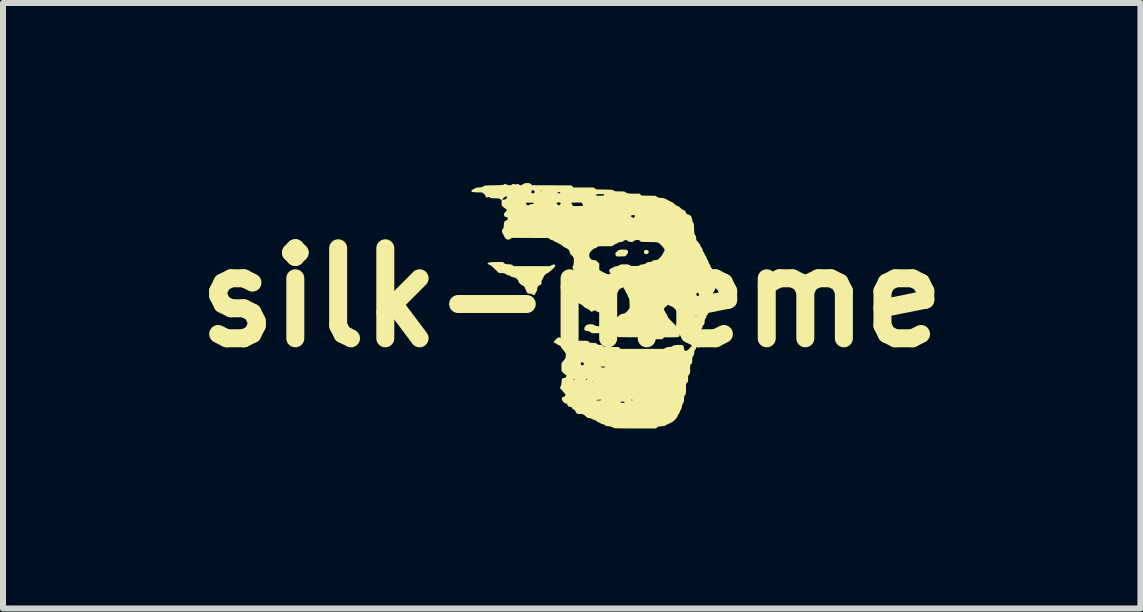
<source format=kicad_pcb>
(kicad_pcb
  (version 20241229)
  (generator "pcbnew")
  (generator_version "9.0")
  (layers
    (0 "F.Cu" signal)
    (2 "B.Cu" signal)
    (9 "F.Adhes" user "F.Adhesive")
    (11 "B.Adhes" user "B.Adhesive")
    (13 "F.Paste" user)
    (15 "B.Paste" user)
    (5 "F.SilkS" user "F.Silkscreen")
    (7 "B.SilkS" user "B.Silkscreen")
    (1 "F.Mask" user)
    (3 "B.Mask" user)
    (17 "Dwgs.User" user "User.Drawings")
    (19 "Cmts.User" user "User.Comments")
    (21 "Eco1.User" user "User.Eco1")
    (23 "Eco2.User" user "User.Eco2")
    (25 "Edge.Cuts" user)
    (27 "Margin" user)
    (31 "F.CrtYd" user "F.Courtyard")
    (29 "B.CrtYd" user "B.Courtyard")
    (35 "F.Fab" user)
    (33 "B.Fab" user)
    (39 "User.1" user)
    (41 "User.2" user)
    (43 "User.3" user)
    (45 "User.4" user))
  (footprint "silk-meme"
    (layer "F.Cu")
    (at 6.479 1.91)
    (property "Reference" "silk-meme" (at 0 0 0) (layer "F.SilkS") (effects (font (size 1.5 1.5) (thickness 0.3))))
    (attr board_only exclude_from_pos_files exclude_from_bom)
    (fp_poly (pts (xy 1.265 -0.791) (xy 1.278 -0.782) (xy 1.283 -0.766) (xy 1.283 -0.763) (xy 1.278 -0.744) (xy 1.266 -0.73) (xy 1.249 -0.723) (xy 1.23 -0.725) (xy 1.218 -0.731) (xy 1.206 -0.746) (xy 1.203 -0.763) (xy 1.206 -0.78) (xy 1.218 -0.79) (xy 1.239 -0.794) (xy 1.243 -0.794)) (stroke (width 0) (type solid)) (fill yes) (layer "F.SilkS"))
    (fp_poly (pts (xy 0.889 -0.799) (xy 0.912 -0.797) (xy 0.926 -0.791) (xy 0.934 -0.782) (xy 0.938 -0.769) (xy 0.938 -0.758) (xy 0.936 -0.743) (xy 0.928 -0.729) (xy 0.915 -0.713) (xy 0.891 -0.688) (xy 0.821 -0.686) (xy 0.79 -0.685) (xy 0.769 -0.685) (xy 0.755 -0.687) (xy 0.746 -0.689) (xy 0.74 -0.693) (xy 0.74 -0.693) (xy 0.728 -0.712) (xy 0.727 -0.732) (xy 0.736 -0.753) (xy 0.757 -0.773) (xy 0.768 -0.781) (xy 0.78 -0.789) (xy 0.791 -0.795) (xy 0.803 -0.798) (xy 0.819 -0.799) (xy 0.842 -0.8) (xy 0.857 -0.8)) (stroke (width 0) (type solid)) (fill yes) (layer "F.SilkS"))
    (fp_poly (pts (xy -1.126 -0.575) (xy -1.114 -0.566) (xy -1.104 -0.56) (xy -1.09 -0.558) (xy -1.07 -0.556) (xy -1.056 -0.556) (xy -1.031 -0.555) (xy -1.014 -0.553) (xy -1.001 -0.548) (xy -0.988 -0.541) (xy -0.986 -0.539) (xy -0.963 -0.524) (xy -0.666 -0.524) (xy -0.368 -0.524) (xy -0.34 -0.538) (xy -0.32 -0.546) (xy -0.302 -0.551) (xy -0.294 -0.552) (xy -0.282 -0.551) (xy -0.277 -0.545) (xy -0.276 -0.534) (xy -0.277 -0.525) (xy -0.282 -0.516) (xy -0.291 -0.504) (xy -0.305 -0.488) (xy -0.327 -0.467) (xy -0.329 -0.465) (xy -0.36 -0.437) (xy -0.383 -0.419) (xy -0.401 -0.409) (xy -0.403 -0.409) (xy -0.422 -0.399) (xy -0.442 -0.383) (xy -0.459 -0.364) (xy -0.469 -0.345) (xy -0.47 -0.342) (xy -0.476 -0.326) (xy -0.486 -0.309) (xy -0.488 -0.306) (xy -0.498 -0.289) (xy -0.503 -0.269) (xy -0.504 -0.255) (xy -0.505 -0.233) (xy -0.511 -0.219) (xy -0.524 -0.21) (xy -0.54 -0.204) (xy -0.558 -0.194) (xy -0.569 -0.175) (xy -0.575 -0.148) (xy -0.575 -0.138) (xy -0.579 -0.118) (xy -0.587 -0.104) (xy -0.596 -0.09) (xy -0.605 -0.072) (xy -0.608 -0.066) (xy -0.616 -0.049) (xy -0.625 -0.041) (xy -0.639 -0.044) (xy -0.655 -0.053) (xy -0.681 -0.064) (xy -0.703 -0.066) (xy -0.722 -0.068) (xy -0.735 -0.074) (xy -0.742 -0.081) (xy -0.75 -0.093) (xy -0.754 -0.104) (xy -0.757 -0.114) (xy -0.765 -0.128) (xy -0.768 -0.134) (xy -0.777 -0.148) (xy -0.782 -0.158) (xy -0.783 -0.161) (xy -0.788 -0.179) (xy -0.803 -0.195) (xy -0.82 -0.203) (xy -0.837 -0.212) (xy -0.854 -0.224) (xy -0.87 -0.239) (xy -0.882 -0.253) (xy -0.886 -0.264) (xy -0.892 -0.283) (xy -0.906 -0.303) (xy -0.926 -0.321) (xy -0.949 -0.334) (xy -0.972 -0.339) (xy -0.976 -0.34) (xy -0.996 -0.342) (xy -1.013 -0.351) (xy -1.021 -0.357) (xy -1.041 -0.37) (xy -1.06 -0.374) (xy -1.076 -0.377) (xy -1.088 -0.383) (xy -1.088 -0.383) (xy -1.105 -0.397) (xy -1.128 -0.405) (xy -1.16 -0.408) (xy -1.17 -0.409) (xy -1.213 -0.409) (xy -1.28 -0.474) (xy -1.305 -0.498) (xy -1.327 -0.518) (xy -1.346 -0.533) (xy -1.359 -0.542) (xy -1.363 -0.544) (xy -1.379 -0.55) (xy -1.394 -0.558) (xy -1.403 -0.566) (xy -1.404 -0.57) (xy -1.399 -0.575) (xy -1.387 -0.582) (xy -1.383 -0.584) (xy -1.372 -0.587) (xy -1.357 -0.59) (xy -1.336 -0.591) (xy -1.307 -0.592) (xy -1.268 -0.593) (xy -1.255 -0.593) (xy -1.148 -0.593)) (stroke (width 0) (type solid)) (fill yes) (layer "F.SilkS"))
    (fp_poly (pts (xy -0.709 -1.907) (xy -0.691 -1.9) (xy -0.677 -1.888) (xy -0.661 -1.873) (xy -0.332 -1.872) (xy -0.003 -1.87) (xy 0.012 -1.853) (xy 0.026 -1.836) (xy 0.197 -1.836) (xy 0.367 -1.836) (xy 0.386 -1.82) (xy 0.405 -1.804) (xy 0.544 -1.801) (xy 0.588 -1.8) (xy 0.622 -1.799) (xy 0.647 -1.798) (xy 0.665 -1.797) (xy 0.677 -1.795) (xy 0.686 -1.793) (xy 0.692 -1.79) (xy 0.697 -1.786) (xy 0.698 -1.785) (xy 0.704 -1.78) (xy 0.711 -1.776) (xy 0.721 -1.773) (xy 0.736 -1.772) (xy 0.757 -1.771) (xy 0.788 -1.77) (xy 0.798 -1.77) (xy 0.831 -1.77) (xy 0.855 -1.769) (xy 0.871 -1.768) (xy 0.882 -1.766) (xy 0.89 -1.762) (xy 0.897 -1.757) (xy 0.9 -1.755) (xy 0.91 -1.747) (xy 0.921 -1.742) (xy 0.936 -1.738) (xy 0.957 -1.735) (xy 0.984 -1.733) (xy 1.02 -1.733) (xy 1.046 -1.732) (xy 1.134 -1.732) (xy 1.149 -1.716) (xy 1.163 -1.7) (xy 1.279 -1.699) (xy 1.395 -1.697) (xy 1.418 -1.681) (xy 1.432 -1.672) (xy 1.447 -1.667) (xy 1.466 -1.664) (xy 1.49 -1.661) (xy 1.518 -1.659) (xy 1.539 -1.654) (xy 1.56 -1.647) (xy 1.583 -1.635) (xy 1.605 -1.624) (xy 1.625 -1.613) (xy 1.639 -1.605) (xy 1.641 -1.603) (xy 1.654 -1.596) (xy 1.664 -1.594) (xy 1.673 -1.59) (xy 1.687 -1.581) (xy 1.705 -1.567) (xy 1.713 -1.559) (xy 1.736 -1.54) (xy 1.754 -1.529) (xy 1.767 -1.525) (xy 1.768 -1.525) (xy 1.781 -1.521) (xy 1.797 -1.509) (xy 1.808 -1.499) (xy 1.827 -1.481) (xy 1.85 -1.465) (xy 1.863 -1.458) (xy 1.88 -1.449) (xy 1.893 -1.44) (xy 1.897 -1.434) (xy 1.904 -1.413) (xy 1.911 -1.4) (xy 1.92 -1.392) (xy 1.935 -1.386) (xy 1.942 -1.384) (xy 1.961 -1.377) (xy 1.976 -1.369) (xy 1.982 -1.364) (xy 1.994 -1.346) (xy 2.003 -1.321) (xy 2.008 -1.296) (xy 2.008 -1.29) (xy 2.013 -1.269) (xy 2.022 -1.252) (xy 2.028 -1.244) (xy 2.032 -1.235) (xy 2.035 -1.224) (xy 2.036 -1.208) (xy 2.038 -1.185) (xy 2.039 -1.152) (xy 2.039 -1.148) (xy 2.04 -1.115) (xy 2.042 -1.091) (xy 2.044 -1.074) (xy 2.046 -1.062) (xy 2.05 -1.052) (xy 2.056 -1.043) (xy 2.057 -1.042) (xy 2.065 -1.029) (xy 2.07 -1.015) (xy 2.073 -0.996) (xy 2.076 -0.97) (xy 2.077 -0.962) (xy 2.081 -0.954) (xy 2.091 -0.941) (xy 2.105 -0.926) (xy 2.106 -0.924) (xy 2.122 -0.905) (xy 2.136 -0.885) (xy 2.143 -0.869) (xy 2.152 -0.849) (xy 2.164 -0.831) (xy 2.166 -0.828) (xy 2.176 -0.812) (xy 2.181 -0.797) (xy 2.181 -0.795) (xy 2.185 -0.779) (xy 2.192 -0.767) (xy 2.201 -0.754) (xy 2.21 -0.736) (xy 2.216 -0.722) (xy 2.223 -0.705) (xy 2.229 -0.694) (xy 2.232 -0.691) (xy 2.238 -0.686) (xy 2.244 -0.674) (xy 2.249 -0.66) (xy 2.25 -0.651) (xy 2.254 -0.64) (xy 2.264 -0.628) (xy 2.264 -0.627) (xy 2.276 -0.609) (xy 2.279 -0.596) (xy 2.284 -0.577) (xy 2.296 -0.558) (xy 2.307 -0.543) (xy 2.313 -0.528) (xy 2.313 -0.524) (xy 2.317 -0.51) (xy 2.328 -0.494) (xy 2.332 -0.491) (xy 2.341 -0.481) (xy 2.346 -0.472) (xy 2.349 -0.46) (xy 2.349 -0.443) (xy 2.349 -0.427) (xy 2.348 -0.404) (xy 2.35 -0.388) (xy 2.354 -0.375) (xy 2.362 -0.36) (xy 2.368 -0.351) (xy 2.388 -0.32) (xy 2.388 -0.225) (xy 2.388 -0.129) (xy 2.371 -0.104) (xy 2.361 -0.088) (xy 2.356 -0.073) (xy 2.353 -0.055) (xy 2.353 -0.038) (xy 2.353 -0.014) (xy 2.353 0.008) (xy 2.353 0.023) (xy 2.35 0.045) (xy 2.338 0.066) (xy 2.324 0.097) (xy 2.319 0.123) (xy 2.309 0.159) (xy 2.298 0.179) (xy 2.285 0.206) (xy 2.278 0.237) (xy 2.274 0.262) (xy 2.267 0.277) (xy 2.263 0.282) (xy 2.254 0.293) (xy 2.247 0.31) (xy 2.247 0.311) (xy 2.24 0.329) (xy 2.23 0.347) (xy 2.229 0.349) (xy 2.22 0.365) (xy 2.216 0.385) (xy 2.215 0.396) (xy 2.213 0.423) (xy 2.206 0.444) (xy 2.196 0.459) (xy 2.19 0.462) (xy 2.183 0.47) (xy 2.181 0.483) (xy 2.176 0.502) (xy 2.164 0.519) (xy 2.153 0.535) (xy 2.147 0.553) (xy 2.145 0.571) (xy 2.141 0.595) (xy 2.133 0.613) (xy 2.127 0.621) (xy 2.118 0.635) (xy 2.113 0.65) (xy 2.112 0.671) (xy 2.112 0.672) (xy 2.11 0.694) (xy 2.106 0.71) (xy 2.095 0.726) (xy 2.094 0.728) (xy 2.085 0.741) (xy 2.08 0.753) (xy 2.078 0.768) (xy 2.077 0.791) (xy 2.077 0.793) (xy 2.074 0.83) (xy 2.066 0.858) (xy 2.052 0.877) (xy 2.051 0.878) (xy 2.047 0.886) (xy 2.043 0.902) (xy 2.042 0.918) (xy 2.038 0.943) (xy 2.032 0.961) (xy 2.024 0.973) (xy 2.016 0.985) (xy 2.011 0.996) (xy 2.009 1.01) (xy 2.008 1.031) (xy 2.008 1.042) (xy 2.008 1.066) (xy 2.007 1.082) (xy 2.004 1.093) (xy 1.998 1.101) (xy 1.991 1.108) (xy 1.974 1.124) (xy 1.974 1.193) (xy 1.974 1.222) (xy 1.973 1.242) (xy 1.971 1.256) (xy 1.968 1.265) (xy 1.963 1.273) (xy 1.957 1.281) (xy 1.948 1.291) (xy 1.943 1.301) (xy 1.94 1.313) (xy 1.939 1.33) (xy 1.939 1.352) (xy 1.939 1.377) (xy 1.938 1.393) (xy 1.935 1.404) (xy 1.93 1.412) (xy 1.922 1.42) (xy 1.905 1.436) (xy 1.904 1.521) (xy 1.904 1.554) (xy 1.903 1.577) (xy 1.902 1.594) (xy 1.9 1.605) (xy 1.897 1.613) (xy 1.892 1.62) (xy 1.889 1.623) (xy 1.881 1.634) (xy 1.876 1.645) (xy 1.874 1.661) (xy 1.872 1.684) (xy 1.871 1.691) (xy 1.87 1.718) (xy 1.867 1.736) (xy 1.861 1.75) (xy 1.855 1.762) (xy 1.842 1.788) (xy 1.836 1.818) (xy 1.83 1.846) (xy 1.821 1.865) (xy 1.82 1.866) (xy 1.81 1.881) (xy 1.803 1.899) (xy 1.797 1.917) (xy 1.786 1.935) (xy 1.783 1.938) (xy 1.773 1.952) (xy 1.767 1.964) (xy 1.767 1.967) (xy 1.762 1.982) (xy 1.751 2.001) (xy 1.734 2.023) (xy 1.713 2.044) (xy 1.692 2.062) (xy 1.672 2.076) (xy 1.661 2.081) (xy 1.644 2.088) (xy 1.631 2.095) (xy 1.629 2.097) (xy 1.617 2.104) (xy 1.601 2.111) (xy 1.599 2.111) (xy 1.58 2.119) (xy 1.563 2.13) (xy 1.562 2.13) (xy 1.552 2.136) (xy 1.538 2.141) (xy 1.517 2.143) (xy 1.494 2.145) (xy 1.468 2.147) (xy 1.451 2.149) (xy 1.439 2.153) (xy 1.429 2.159) (xy 1.423 2.164) (xy 1.404 2.181) (xy 1.06 2.181) (xy 0.987 2.181) (xy 0.924 2.181) (xy 0.871 2.18) (xy 0.827 2.18) (xy 0.791 2.179) (xy 0.763 2.179) (xy 0.741 2.178) (xy 0.724 2.177) (xy 0.713 2.176) (xy 0.706 2.174) (xy 0.702 2.173) (xy 0.676 2.159) (xy 0.654 2.151) (xy 0.631 2.146) (xy 0.61 2.144) (xy 0.587 2.142) (xy 0.572 2.139) (xy 0.562 2.134) (xy 0.555 2.127) (xy 0.539 2.115) (xy 0.517 2.109) (xy 0.499 2.105) (xy 0.484 2.098) (xy 0.481 2.095) (xy 0.468 2.086) (xy 0.452 2.081) (xy 0.451 2.08) (xy 0.432 2.073) (xy 0.416 2.06) (xy 0.4 2.047) (xy 0.386 2.043) (xy 0.373 2.04) (xy 0.355 2.032) (xy 0.345 2.026) (xy 0.323 2.014) (xy 0.302 2.009) (xy 0.292 2.008) (xy 0.275 2.007) (xy 0.262 2.003) (xy 0.249 1.993) (xy 0.24 1.985) (xy 0.218 1.964) (xy 0.199 1.951) (xy 0.181 1.943) (xy 0.159 1.94) (xy 0.137 1.939) (xy 0.111 1.939) (xy 0.094 1.935) (xy 0.081 1.927) (xy 0.071 1.913) (xy 0.062 1.895) (xy 0.052 1.878) (xy 0.04 1.868) (xy 0.032 1.866) (xy 0.016 1.857) (xy 0.004 1.84) (xy 0.004 1.84) (xy -0.004 1.826) (xy -0.011 1.821) (xy -0.023 1.821) (xy -0.024 1.821) (xy -0.043 1.821) (xy -0.059 1.813) (xy -0.068 1.8) (xy -0.069 1.793) (xy -0.072 1.779) (xy -0.083 1.77) (xy -0.102 1.764) (xy -0.12 1.756) (xy -0.138 1.741) (xy 0.814 1.741) (xy 0.817 1.747) (xy 0.827 1.752) (xy 0.842 1.754) (xy 0.859 1.754) (xy 0.873 1.751) (xy 0.882 1.746) (xy 0.883 1.744) (xy 0.879 1.738) (xy 0.867 1.734) (xy 0.855 1.733) (xy 0.831 1.733) (xy 0.818 1.735) (xy 0.814 1.741) (xy -0.138 1.741) (xy -0.138 1.74) (xy -0.154 1.721) (xy -0.16 1.709) (xy 0.409 1.709) (xy 0.414 1.712) (xy 0.43 1.714) (xy 0.452 1.714) (xy 0.473 1.712) (xy 0.488 1.71) (xy 0.493 1.707) (xy 0.992 1.707) (xy 0.993 1.709) (xy 1 1.714) (xy 1.009 1.714) (xy 1.013 1.709) (xy 1.008 1.701) (xy 0.999 1.699) (xy 0.995 1.7) (xy 0.992 1.707) (xy 0.493 1.707) (xy 0.495 1.707) (xy 0.495 1.706) (xy 0.491 1.701) (xy 0.489 1.701) (xy 0.481 1.701) (xy 0.464 1.702) (xy 0.446 1.702) (xy 0.426 1.704) (xy 0.413 1.706) (xy 0.409 1.709) (xy -0.16 1.709) (xy -0.164 1.701) (xy -0.167 1.688) (xy -0.162 1.67) (xy -0.149 1.657) (xy -0.132 1.652) (xy -0.132 1.652) (xy -0.119 1.647) (xy -0.109 1.634) (xy -0.105 1.62) (xy -0.106 1.616) (xy -0.111 1.606) (xy -0.123 1.591) (xy -0.139 1.572) (xy -0.153 1.557) (xy -0.172 1.536) (xy -0.185 1.521) (xy -0.191 1.511) (xy -0.193 1.503) (xy -0.193 1.496) (xy -0.187 1.482) (xy -0.182 1.473) (xy -0.178 1.464) (xy -0.174 1.446) (xy -0.171 1.422) (xy -0.17 1.41) (xy -0.169 1.398) (xy 0.345 1.398) (xy 0.35 1.404) (xy 0.351 1.404) (xy 0.357 1.4) (xy 0.357 1.398) (xy 0.352 1.393) (xy 0.351 1.393) (xy 0.345 1.397) (xy 0.345 1.398) (xy -0.169 1.398) (xy -0.168 1.386) (xy -0.166 1.367) (xy -0.166 1.364) (xy 0.026 1.364) (xy 0.028 1.368) (xy 0.037 1.37) (xy 0.048 1.368) (xy 0.052 1.364) (xy 0.049 1.361) (xy 0.236 1.361) (xy 0.241 1.368) (xy 0.247 1.37) (xy 0.257 1.366) (xy 0.259 1.361) (xy 0.254 1.354) (xy 0.247 1.352) (xy 0.238 1.356) (xy 0.236 1.361) (xy 0.049 1.361) (xy 0.047 1.359) (xy 0.041 1.358) (xy 0.03 1.361) (xy 0.026 1.364) (xy -0.166 1.364) (xy -0.165 1.355) (xy -0.164 1.352) (xy -0.158 1.349) (xy -0.143 1.345) (xy -0.13 1.341) (xy -0.111 1.336) (xy -0.1 1.33) (xy -0.093 1.32) (xy -0.092 1.317) (xy -0.089 1.301) (xy -0.094 1.289) (xy -0.105 1.283) (xy -0.106 1.283) (xy -0.114 1.279) (xy -0.127 1.268) (xy -0.142 1.254) (xy -0.156 1.239) (xy -0.166 1.225) (xy -0.17 1.217) (xy -0.172 1.205) (xy -0.172 1.186) (xy -0.172 1.161) (xy -0.172 1.156) (xy 0.484 1.156) (xy 0.491 1.16) (xy 0.502 1.163) (xy 0.518 1.165) (xy 0.536 1.164) (xy 0.551 1.162) (xy 0.558 1.159) (xy 0.558 1.154) (xy 0.547 1.151) (xy 0.527 1.149) (xy 0.518 1.149) (xy 0.498 1.149) (xy 0.486 1.152) (xy 0.484 1.156) (xy -0.172 1.156) (xy -0.172 1.146) (xy -0.17 1.096) (xy 0.151 1.096) (xy 0.152 1.114) (xy 0.156 1.123) (xy 0.164 1.127) (xy 0.177 1.127) (xy 0.191 1.125) (xy 0.198 1.119) (xy 0.2 1.107) (xy 0.2 1.106) (xy 0.2 1.092) (xy 0.193 1.084) (xy 0.188 1.081) (xy 0.17 1.077) (xy 0.157 1.083) (xy 0.151 1.096) (xy -0.17 1.096) (xy -0.17 1.089) (xy -0.137 1.052) (xy -0.121 1.033) (xy -0.111 1.02) (xy -0.106 1.007) (xy -0.102 0.991) (xy -0.1 0.974) (xy -0.099 0.952) (xy -0.099 0.938) (xy -0.102 0.927) (xy -0.109 0.916) (xy -0.113 0.911) (xy -0.127 0.893) (xy -0.142 0.875) (xy -0.145 0.871) (xy -0.158 0.855) (xy -0.171 0.835) (xy -0.174 0.829) (xy -0.186 0.811) (xy -0.199 0.8) (xy -0.21 0.796) (xy -0.229 0.787) (xy -0.246 0.776) (xy -0.248 0.774) (xy -0.261 0.764) (xy -0.273 0.76) (xy -0.274 0.76) (xy -0.288 0.755) (xy -0.298 0.745) (xy -0.299 0.738) (xy -0.295 0.731) (xy -0.285 0.718) (xy -0.27 0.702) (xy -0.265 0.696) (xy -0.243 0.676) (xy -0.225 0.665) (xy -0.21 0.662) (xy -0.195 0.667) (xy -0.185 0.673) (xy -0.175 0.678) (xy -0.16 0.682) (xy -0.138 0.685) (xy -0.107 0.687) (xy -0.107 0.687) (xy -0.078 0.688) (xy -0.057 0.691) (xy -0.043 0.694) (xy -0.033 0.699) (xy -0.026 0.703) (xy -0.02 0.707) (xy -0.014 0.711) (xy -0.005 0.713) (xy 0.007 0.715) (xy 0.024 0.716) (xy 0.048 0.717) (xy 0.08 0.717) (xy 0.121 0.718) (xy 0.127 0.718) (xy 0.262 0.72) (xy 0.283 0.737) (xy 0.294 0.745) (xy 0.305 0.75) (xy 0.318 0.753) (xy 0.338 0.754) (xy 0.353 0.754) (xy 0.377 0.754) (xy 0.393 0.756) (xy 0.403 0.759) (xy 0.412 0.764) (xy 0.416 0.769) (xy 0.427 0.778) (xy 0.438 0.784) (xy 0.454 0.787) (xy 0.477 0.788) (xy 0.478 0.788) (xy 0.499 0.79) (xy 0.516 0.799) (xy 0.524 0.806) (xy 0.543 0.823) (xy 0.662 0.823) (xy 0.781 0.823) (xy 0.797 0.839) (xy 0.813 0.855) (xy 1.173 0.855) (xy 1.534 0.855) (xy 1.554 0.842) (xy 1.586 0.828) (xy 1.624 0.822) (xy 1.638 0.822) (xy 1.661 0.819) (xy 1.682 0.808) (xy 1.684 0.807) (xy 1.694 0.8) (xy 1.704 0.796) (xy 1.717 0.793) (xy 1.734 0.791) (xy 1.759 0.79) (xy 1.775 0.789) (xy 1.809 0.789) (xy 1.833 0.79) (xy 1.85 0.795) (xy 1.86 0.803) (xy 1.865 0.816) (xy 1.868 0.835) (xy 1.869 0.84) (xy 1.874 0.864) (xy 1.884 0.881) (xy 1.898 0.889) (xy 1.911 0.889) (xy 1.92 0.883) (xy 1.935 0.871) (xy 1.953 0.856) (xy 1.96 0.848) (xy 1.998 0.812) (xy 1.996 0.709) (xy 1.995 0.672) (xy 1.994 0.645) (xy 1.993 0.625) (xy 1.991 0.611) (xy 1.988 0.601) (xy 1.984 0.594) (xy 1.982 0.59) (xy 1.972 0.572) (xy 1.963 0.552) (xy 1.962 0.55) (xy 1.955 0.532) (xy 1.946 0.517) (xy 1.945 0.515) (xy 1.937 0.502) (xy 1.929 0.484) (xy 1.928 0.48) (xy 1.919 0.461) (xy 1.908 0.443) (xy 1.907 0.441) (xy 1.898 0.427) (xy 1.893 0.415) (xy 1.893 0.414) (xy 1.89 0.405) (xy 1.88 0.39) (xy 1.866 0.373) (xy 1.861 0.367) (xy 1.846 0.348) (xy 1.833 0.33) (xy 1.826 0.317) (xy 1.826 0.314) (xy 1.819 0.301) (xy 1.804 0.281) (xy 1.802 0.279) (xy 2.044 0.279) (xy 2.049 0.291) (xy 2.049 0.291) (xy 2.059 0.297) (xy 2.072 0.298) (xy 2.083 0.295) (xy 2.087 0.29) (xy 2.085 0.281) (xy 2.076 0.271) (xy 2.065 0.263) (xy 2.055 0.26) (xy 2.046 0.267) (xy 2.044 0.279) (xy 1.802 0.279) (xy 1.78 0.253) (xy 1.761 0.233) (xy 1.733 0.204) (xy 1.712 0.182) (xy 1.695 0.166) (xy 1.682 0.156) (xy 1.672 0.149) (xy 1.663 0.145) (xy 1.653 0.142) (xy 1.651 0.142) (xy 1.635 0.137) (xy 1.623 0.13) (xy 1.623 0.129) (xy 1.616 0.123) (xy 1.61 0.121) (xy 1.602 0.123) (xy 1.589 0.132) (xy 1.572 0.147) (xy 1.555 0.162) (xy 1.544 0.175) (xy 1.537 0.187) (xy 1.536 0.19) (xy 1.54 0.203) (xy 1.549 0.223) (xy 1.562 0.248) (xy 1.578 0.273) (xy 1.588 0.288) (xy 1.593 0.3) (xy 1.594 0.304) (xy 1.596 0.313) (xy 1.602 0.325) (xy 1.613 0.341) (xy 1.631 0.361) (xy 1.655 0.386) (xy 1.685 0.417) (xy 1.714 0.446) (xy 1.735 0.468) (xy 1.75 0.485) (xy 1.759 0.498) (xy 1.764 0.508) (xy 1.764 0.511) (xy 1.771 0.528) (xy 1.782 0.545) (xy 1.785 0.549) (xy 1.794 0.559) (xy 1.798 0.569) (xy 1.8 0.582) (xy 1.8 0.602) (xy 1.8 0.607) (xy 1.799 0.624) (xy 1.797 0.637) (xy 1.793 0.646) (xy 1.784 0.653) (xy 1.771 0.658) (xy 1.751 0.66) (xy 1.723 0.661) (xy 1.686 0.662) (xy 1.655 0.662) (xy 1.54 0.662) (xy 1.523 0.678) (xy 1.507 0.693) (xy 1.332 0.695) (xy 1.157 0.697) (xy 1.139 0.679) (xy 1.125 0.668) (xy 1.112 0.662) (xy 1.108 0.662) (xy 1.1 0.662) (xy 1.081 0.661) (xy 1.054 0.661) (xy 1.02 0.661) (xy 0.981 0.661) (xy 0.939 0.66) (xy 0.933 0.66) (xy 0.77 0.659) (xy 0.758 0.643) (xy 0.752 0.637) (xy 0.745 0.632) (xy 0.736 0.629) (xy 0.722 0.627) (xy 0.7 0.626) (xy 0.674 0.625) (xy 0.643 0.623) (xy 0.622 0.621) (xy 0.608 0.619) (xy 0.598 0.615) (xy 0.589 0.61) (xy 0.586 0.607) (xy 0.58 0.602) (xy 0.574 0.599) (xy 0.566 0.596) (xy 0.554 0.594) (xy 0.537 0.593) (xy 0.514 0.593) (xy 0.482 0.593) (xy 0.452 0.593) (xy 0.336 0.593) (xy 0.313 0.576) (xy 0.291 0.564) (xy 0.264 0.557) (xy 0.257 0.556) (xy 0.232 0.553) (xy 0.217 0.546) (xy 0.21 0.535) (xy 0.209 0.518) (xy 0.21 0.511) (xy 0.215 0.492) (xy 0.223 0.479) (xy 0.238 0.465) (xy 0.252 0.455) (xy 0.265 0.449) (xy 0.281 0.446) (xy 0.303 0.444) (xy 0.327 0.443) (xy 0.344 0.445) (xy 0.36 0.45) (xy 0.379 0.46) (xy 0.393 0.466) (xy 0.404 0.471) (xy 0.415 0.474) (xy 0.43 0.476) (xy 0.449 0.477) (xy 0.475 0.478) (xy 0.505 0.478) (xy 0.54 0.477) (xy 0.566 0.477) (xy 0.584 0.476) (xy 0.596 0.473) (xy 0.605 0.47) (xy 0.61 0.467) (xy 0.618 0.46) (xy 0.633 0.446) (xy 0.654 0.427) (xy 0.678 0.404) (xy 0.704 0.378) (xy 0.711 0.372) (xy 0.744 0.339) (xy 0.771 0.314) (xy 0.793 0.296) (xy 0.81 0.283) (xy 0.825 0.275) (xy 0.838 0.271) (xy 0.849 0.27) (xy 0.864 0.268) (xy 0.881 0.261) (xy 0.885 0.259) (xy 0.902 0.248) (xy 0.921 0.231) (xy 0.939 0.21) (xy 0.954 0.191) (xy 0.962 0.174) (xy 0.963 0.173) (xy 0.964 0.162) (xy 0.965 0.142) (xy 0.964 0.116) (xy 0.964 0.106) (xy 1.836 0.106) (xy 1.841 0.12) (xy 1.856 0.129) (xy 1.882 0.135) (xy 1.89 0.135) (xy 1.909 0.138) (xy 1.923 0.142) (xy 1.926 0.143) (xy 1.941 0.148) (xy 1.955 0.149) (xy 1.965 0.144) (xy 1.965 0.143) (xy 1.965 0.134) (xy 1.956 0.124) (xy 1.941 0.114) (xy 1.928 0.109) (xy 1.909 0.1) (xy 1.89 0.089) (xy 1.889 0.088) (xy 1.87 0.077) (xy 1.855 0.076) (xy 1.843 0.086) (xy 1.842 0.089) (xy 1.836 0.106) (xy 0.964 0.106) (xy 0.963 0.087) (xy 0.963 0.086) (xy 0.961 0.056) (xy 0.96 0.034) (xy 0.957 0.019) (xy 0.953 0.009) (xy 0.948 0.001) (xy 0.946 -0.002) (xy 0.937 -0.016) (xy 0.932 -0.03) (xy 0.932 -0.031) (xy 0.929 -0.043) (xy 0.921 -0.06) (xy 0.919 -0.063) (xy 2.078 -0.063) (xy 2.08 -0.043) (xy 2.086 -0.028) (xy 2.096 -0.023) (xy 2.109 -0.029) (xy 2.113 -0.033) (xy 2.121 -0.043) (xy 2.123 -0.051) (xy 2.119 -0.064) (xy 2.107 -0.075) (xy 2.094 -0.081) (xy 2.094 -0.081) (xy 2.082 -0.076) (xy 2.078 -0.063) (xy 0.919 -0.063) (xy 0.914 -0.069) (xy 0.904 -0.086) (xy 0.896 -0.102) (xy 0.894 -0.109) (xy 0.888 -0.123) (xy 0.878 -0.138) (xy 0.877 -0.138) (xy 0.868 -0.15) (xy 0.864 -0.165) (xy 0.863 -0.184) (xy 0.862 -0.205) (xy 0.856 -0.221) (xy 0.846 -0.235) (xy 0.835 -0.252) (xy 0.827 -0.268) (xy 0.825 -0.272) (xy 0.815 -0.291) (xy 0.797 -0.302) (xy 0.776 -0.305) (xy 0.754 -0.309) (xy 0.738 -0.321) (xy 0.727 -0.342) (xy 0.723 -0.357) (xy 0.716 -0.388) (xy 0.691 -0.387) (xy 0.674 -0.387) (xy 0.662 -0.391) (xy 0.65 -0.402) (xy 0.647 -0.405) (xy 0.63 -0.428) (xy 0.624 -0.449) (xy 0.629 -0.467) (xy 0.644 -0.481) (xy 0.66 -0.488) (xy 0.677 -0.496) (xy 0.691 -0.505) (xy 0.693 -0.506) (xy 0.706 -0.513) (xy 0.724 -0.518) (xy 0.736 -0.52) (xy 0.766 -0.527) (xy 0.79 -0.538) (xy 0.801 -0.545) (xy 0.811 -0.549) (xy 0.824 -0.552) (xy 0.842 -0.553) (xy 0.868 -0.554) (xy 0.878 -0.554) (xy 0.907 -0.554) (xy 0.927 -0.553) (xy 0.942 -0.551) (xy 0.953 -0.547) (xy 0.964 -0.541) (xy 0.965 -0.541) (xy 0.976 -0.535) (xy 0.988 -0.531) (xy 1.003 -0.528) (xy 1.024 -0.527) (xy 1.05 -0.527) (xy 1.079 -0.527) (xy 1.099 -0.528) (xy 1.112 -0.53) (xy 1.122 -0.534) (xy 1.131 -0.539) (xy 1.154 -0.549) (xy 1.185 -0.555) (xy 1.209 -0.558) (xy 1.226 -0.565) (xy 1.242 -0.575) (xy 1.257 -0.586) (xy 1.272 -0.591) (xy 1.292 -0.593) (xy 1.294 -0.593) (xy 1.315 -0.594) (xy 1.329 -0.598) (xy 1.34 -0.607) (xy 1.341 -0.608) (xy 1.353 -0.617) (xy 1.368 -0.622) (xy 1.389 -0.625) (xy 1.395 -0.626) (xy 1.412 -0.627) (xy 1.425 -0.63) (xy 1.436 -0.635) (xy 1.448 -0.645) (xy 1.464 -0.661) (xy 1.471 -0.668) (xy 1.49 -0.688) (xy 1.505 -0.708) (xy 1.515 -0.723) (xy 1.517 -0.728) (xy 1.526 -0.747) (xy 1.536 -0.765) (xy 1.536 -0.765) (xy 1.545 -0.781) (xy 1.547 -0.796) (xy 1.541 -0.813) (xy 1.528 -0.833) (xy 1.506 -0.858) (xy 1.498 -0.866) (xy 1.481 -0.883) (xy 1.468 -0.897) (xy 1.455 -0.907) (xy 1.442 -0.914) (xy 1.426 -0.919) (xy 1.407 -0.922) (xy 1.381 -0.924) (xy 1.349 -0.925) (xy 1.307 -0.926) (xy 1.292 -0.926) (xy 1.154 -0.929) (xy 1.138 -0.945) (xy 1.126 -0.955) (xy 1.113 -0.96) (xy 1.093 -0.961) (xy 1.071 -0.959) (xy 1.053 -0.953) (xy 1.038 -0.943) (xy 1.021 -0.932) (xy 1.006 -0.928) (xy 0.989 -0.927) (xy 0.98 -0.928) (xy 0.958 -0.931) (xy 0.941 -0.939) (xy 0.933 -0.946) (xy 0.913 -0.958) (xy 0.893 -0.96) (xy 0.873 -0.95) (xy 0.868 -0.946) (xy 0.854 -0.935) (xy 0.836 -0.929) (xy 0.816 -0.926) (xy 0.793 -0.922) (xy 0.774 -0.915) (xy 0.766 -0.911) (xy 0.75 -0.901) (xy 0.736 -0.895) (xy 0.723 -0.889) (xy 0.706 -0.88) (xy 0.696 -0.874) (xy 0.669 -0.857) (xy 0.562 -0.857) (xy 0.52 -0.857) (xy 0.488 -0.856) (xy 0.464 -0.855) (xy 0.446 -0.852) (xy 0.433 -0.848) (xy 0.423 -0.842) (xy 0.415 -0.835) (xy 0.401 -0.826) (xy 0.389 -0.823) (xy 0.375 -0.819) (xy 0.357 -0.807) (xy 0.338 -0.791) (xy 0.319 -0.773) (xy 0.305 -0.754) (xy 0.299 -0.745) (xy 0.29 -0.714) (xy 0.292 -0.685) (xy 0.305 -0.658) (xy 0.312 -0.649) (xy 0.324 -0.638) (xy 0.336 -0.631) (xy 0.352 -0.627) (xy 0.368 -0.625) (xy 0.389 -0.623) (xy 0.403 -0.618) (xy 0.416 -0.61) (xy 0.43 -0.596) (xy 0.433 -0.594) (xy 0.459 -0.566) (xy 0.459 -0.502) (xy 0.459 -0.475) (xy 0.459 -0.456) (xy 0.461 -0.443) (xy 0.465 -0.433) (xy 0.471 -0.424) (xy 0.476 -0.417) (xy 0.494 -0.394) (xy 0.495 -0.292) (xy 0.496 -0.19) (xy 0.556 -0.129) (xy 0.587 -0.096) (xy 0.61 -0.069) (xy 0.625 -0.048) (xy 0.628 -0.042) (xy 0.637 -0.023) (xy 0.647 -0.006) (xy 0.65 -0.002) (xy 0.656 0.007) (xy 0.659 0.018) (xy 0.661 0.034) (xy 0.662 0.057) (xy 0.662 0.07) (xy 0.662 0.128) (xy 0.636 0.153) (xy 0.619 0.171) (xy 0.605 0.191) (xy 0.599 0.204) (xy 0.59 0.222) (xy 0.579 0.234) (xy 0.565 0.242) (xy 0.545 0.246) (xy 0.517 0.247) (xy 0.504 0.247) (xy 0.477 0.247) (xy 0.459 0.246) (xy 0.444 0.243) (xy 0.431 0.238) (xy 0.416 0.229) (xy 0.384 0.211) (xy 0.356 0.225) (xy 0.328 0.238) (xy 0.302 0.215) (xy 0.278 0.197) (xy 0.261 0.185) (xy 0.247 0.179) (xy 0.239 0.178) (xy 0.229 0.174) (xy 0.215 0.164) (xy 0.199 0.149) (xy 0.197 0.147) (xy 0.181 0.131) (xy 0.164 0.118) (xy 0.152 0.112) (xy 0.151 0.112) (xy 0.132 0.104) (xy 0.11 0.089) (xy 0.089 0.071) (xy 0.082 0.064) (xy 0.077 0.056) (xy 0.073 0.047) (xy 0.071 0.034) (xy 0.07 0.015) (xy 0.069 -0.012) (xy 0.069 -0.015) (xy 0.069 -0.043) (xy 0.07 -0.063) (xy 0.072 -0.076) (xy 0.076 -0.087) (xy 0.082 -0.098) (xy 0.087 -0.105) (xy 0.098 -0.125) (xy 0.101 -0.141) (xy 0.095 -0.158) (xy 0.084 -0.174) (xy 0.08 -0.181) (xy 0.076 -0.19) (xy 0.074 -0.201) (xy 0.072 -0.218) (xy 0.071 -0.241) (xy 0.07 -0.274) (xy 0.069 -0.292) (xy 0.068 -0.33) (xy 0.067 -0.357) (xy 0.065 -0.377) (xy 0.063 -0.391) (xy 0.06 -0.401) (xy 0.056 -0.408) (xy 0.054 -0.411) (xy 0.044 -0.427) (xy 0.038 -0.442) (xy 0.038 -0.443) (xy 0.031 -0.458) (xy 0.023 -0.475) (xy 0.022 -0.475) (xy 0.013 -0.495) (xy 0.013 -0.511) (xy 0.022 -0.53) (xy 0.023 -0.532) (xy 0.03 -0.551) (xy 0.034 -0.58) (xy 0.035 -0.621) (xy 0.035 -0.654) (xy 0.03 -0.668) (xy 0.018 -0.685) (xy 0.002 -0.704) (xy -0.017 -0.72) (xy -0.019 -0.721) (xy -0.028 -0.733) (xy -0.033 -0.754) (xy -0.033 -0.755) (xy -0.041 -0.781) (xy -0.059 -0.804) (xy -0.084 -0.822) (xy -0.101 -0.829) (xy -0.117 -0.836) (xy -0.137 -0.849) (xy -0.155 -0.863) (xy -0.175 -0.878) (xy -0.194 -0.89) (xy -0.208 -0.897) (xy -0.224 -0.904) (xy -0.235 -0.911) (xy -0.236 -0.912) (xy -0.246 -0.919) (xy -0.261 -0.924) (xy -0.262 -0.924) (xy -0.278 -0.929) (xy -0.288 -0.936) (xy -0.289 -0.936) (xy -0.302 -0.947) (xy -0.32 -0.956) (xy -0.337 -0.961) (xy -0.339 -0.961) (xy -0.35 -0.965) (xy -0.365 -0.973) (xy -0.369 -0.977) (xy -0.388 -0.993) (xy -0.692 -0.994) (xy -0.997 -0.996) (xy -1.016 -0.981) (xy -1.037 -0.97) (xy -1.061 -0.967) (xy -1.077 -0.968) (xy -1.088 -0.972) (xy -1.099 -0.982) (xy -1.107 -0.991) (xy -1.119 -1.009) (xy -1.13 -1.028) (xy -1.133 -1.035) (xy -1.14 -1.052) (xy -1.148 -1.065) (xy -1.149 -1.065) (xy -1.156 -1.078) (xy -1.162 -1.095) (xy -1.162 -1.099) (xy -1.164 -1.116) (xy -1.161 -1.128) (xy -1.151 -1.141) (xy -1.15 -1.142) (xy -1.141 -1.155) (xy -1.136 -1.167) (xy -1.133 -1.184) (xy -1.133 -1.198) (xy -1.132 -1.229) (xy -1.128 -1.251) (xy -1.119 -1.267) (xy -1.106 -1.279) (xy -1.094 -1.285) (xy -1.078 -1.294) (xy -1.069 -1.303) (xy -1.066 -1.314) (xy -1.066 -1.315) (xy -1.066 -1.329) (xy -1.073 -1.337) (xy -1.081 -1.341) (xy -1.095 -1.345) (xy -1.104 -1.344) (xy -1.104 -1.344) (xy -1.112 -1.345) (xy -1.12 -1.355) (xy -1.121 -1.358) (xy 0.985 -1.358) (xy 0.993 -1.347) (xy 1.003 -1.341) (xy 1.019 -1.332) (xy 1.031 -1.331) (xy 1.041 -1.337) (xy 1.047 -1.344) (xy 1.055 -1.359) (xy 1.052 -1.369) (xy 1.04 -1.374) (xy 1.019 -1.374) (xy 1.002 -1.372) (xy 0.988 -1.366) (xy 0.985 -1.358) (xy -1.121 -1.358) (xy -1.127 -1.369) (xy -1.129 -1.381) (xy -1.13 -1.393) (xy -1.127 -1.403) (xy -1.118 -1.414) (xy -1.107 -1.425) (xy -1.09 -1.443) (xy -1.083 -1.457) (xy -1.086 -1.469) (xy -1.099 -1.48) (xy -1.101 -1.481) (xy -1.116 -1.491) (xy -1.135 -1.505) (xy -1.144 -1.513) (xy -1.168 -1.535) (xy -1.168 -1.571) (xy -0.765 -1.571) (xy -0.761 -1.562) (xy -0.751 -1.55) (xy -0.739 -1.54) (xy -0.73 -1.537) (xy -0.722 -1.539) (xy -0.71 -1.546) (xy -0.706 -1.548) (xy -0.686 -1.556) (xy -0.664 -1.559) (xy -0.648 -1.561) (xy -0.636 -1.566) (xy -0.63 -1.572) (xy -0.63 -1.572) (xy -0.253 -1.572) (xy -0.249 -1.564) (xy -0.239 -1.553) (xy -0.227 -1.543) (xy -0.218 -1.537) (xy -0.216 -1.536) (xy -0.206 -1.54) (xy -0.195 -1.548) (xy -0.187 -1.561) (xy -0.185 -1.573) (xy -0.188 -1.579) (xy -0.005 -1.579) (xy -0.004 -1.568) (xy 0.003 -1.554) (xy 0.011 -1.543) (xy 0.028 -1.525) (xy 0.108 -1.526) (xy 0.139 -1.527) (xy 0.161 -1.528) (xy 0.175 -1.529) (xy 0.183 -1.531) (xy 0.187 -1.535) (xy 0.189 -1.539) (xy 0.189 -1.54) (xy 0.186 -1.553) (xy 0.174 -1.568) (xy 0.174 -1.569) (xy 0.157 -1.585) (xy 0.083 -1.584) (xy 0.054 -1.584) (xy 0.03 -1.583) (xy 0.011 -1.583) (xy 0.002 -1.583) (xy 0.001 -1.583) (xy -0.005 -1.579) (xy -0.188 -1.579) (xy -0.189 -1.582) (xy -0.199 -1.586) (xy -0.208 -1.587) (xy -0.226 -1.586) (xy -0.242 -1.582) (xy -0.252 -1.576) (xy -0.253 -1.572) (xy -0.63 -1.572) (xy -0.633 -1.577) (xy -0.636 -1.579) (xy -0.646 -1.58) (xy -0.664 -1.582) (xy -0.687 -1.582) (xy -0.705 -1.582) (xy -0.732 -1.582) (xy -0.75 -1.582) (xy -0.76 -1.58) (xy -0.764 -1.577) (xy -0.765 -1.572) (xy -0.765 -1.571) (xy -1.168 -1.571) (xy -1.168 -1.58) (xy -1.169 -1.626) (xy -1.181 -1.634) (xy -1.156 -1.634) (xy -1.151 -1.632) (xy -1.139 -1.631) (xy -1.134 -1.631) (xy -1.113 -1.635) (xy -1.096 -1.646) (xy -1.094 -1.648) (xy -1.083 -1.661) (xy -1.076 -1.674) (xy -1.076 -1.676) (xy -1.078 -1.683) (xy -1.084 -1.686) (xy -1.098 -1.684) (xy -1.118 -1.677) (xy -1.136 -1.66) (xy -1.138 -1.659) (xy -1.148 -1.646) (xy -1.155 -1.636) (xy -1.156 -1.634) (xy -1.181 -1.634) (xy -1.19 -1.64) (xy -1.2 -1.646) (xy -1.211 -1.65) (xy -1.224 -1.652) (xy -1.243 -1.654) (xy -1.27 -1.655) (xy -1.282 -1.655) (xy -1.312 -1.656) (xy -1.333 -1.657) (xy -1.347 -1.659) (xy -1.356 -1.662) (xy -1.362 -1.666) (xy -1.364 -1.668) (xy -1.374 -1.677) (xy -1.383 -1.679) (xy -1.396 -1.675) (xy -1.402 -1.672) (xy -1.414 -1.667) (xy -1.423 -1.668) (xy -1.43 -1.678) (xy -1.437 -1.692) (xy -1.447 -1.71) (xy -1.449 -1.713) (xy 0.406 -1.713) (xy 0.407 -1.705) (xy 0.41 -1.701) (xy 0.419 -1.699) (xy 0.434 -1.698) (xy 0.458 -1.698) (xy 0.472 -1.699) (xy 0.498 -1.7) (xy 0.519 -1.701) (xy 0.534 -1.703) (xy 0.538 -1.704) (xy 0.54 -1.713) (xy 0.539 -1.717) (xy 0.535 -1.722) (xy 0.527 -1.724) (xy 0.511 -1.726) (xy 0.487 -1.726) (xy 0.476 -1.726) (xy 0.444 -1.726) (xy 0.423 -1.723) (xy 0.41 -1.719) (xy 0.406 -1.713) (xy -1.449 -1.713) (xy -1.462 -1.727) (xy -1.469 -1.734) (xy -1.493 -1.752) (xy -1.522 -1.753) (xy -0.673 -1.753) (xy -0.671 -1.746) (xy -0.663 -1.739) (xy -0.649 -1.737) (xy -0.635 -1.74) (xy -0.623 -1.747) (xy -0.623 -1.748) (xy -0.24 -1.748) (xy -0.238 -1.743) (xy -0.227 -1.739) (xy -0.213 -1.738) (xy -0.196 -1.74) (xy -0.19 -1.745) (xy -0.19 -1.746) (xy -0.195 -1.755) (xy -0.206 -1.759) (xy -0.216 -1.758) (xy -0.229 -1.754) (xy -0.233 -1.752) (xy -0.24 -1.748) (xy -0.623 -1.748) (xy -0.621 -1.75) (xy -0.618 -1.766) (xy -0.623 -1.779) (xy -0.627 -1.781) (xy -0.518 -1.781) (xy -0.513 -1.774) (xy -0.509 -1.772) (xy -0.502 -1.776) (xy -0.502 -1.779) (xy -0.508 -1.787) (xy -0.515 -1.788) (xy -0.518 -1.781) (xy -0.627 -1.781) (xy -0.637 -1.788) (xy -0.656 -1.789) (xy -0.66 -1.789) (xy -0.668 -1.782) (xy -0.673 -1.769) (xy -0.673 -1.753) (xy -1.522 -1.753) (xy -1.571 -1.754) (xy -1.601 -1.755) (xy -1.628 -1.757) (xy -1.649 -1.759) (xy -1.661 -1.762) (xy -1.662 -1.762) (xy -1.673 -1.772) (xy -1.674 -1.782) (xy -1.663 -1.793) (xy -1.647 -1.802) (xy -1.629 -1.811) (xy -1.614 -1.819) (xy -1.609 -1.823) (xy -1.599 -1.829) (xy -1.581 -1.833) (xy -1.553 -1.836) (xy -1.545 -1.836) (xy -1.518 -1.838) (xy -1.5 -1.841) (xy -1.487 -1.845) (xy -1.477 -1.852) (xy -1.474 -1.854) (xy -1.469 -1.858) (xy -1.464 -1.862) (xy -1.457 -1.864) (xy -1.447 -1.866) (xy -1.432 -1.868) (xy -1.412 -1.869) (xy -1.384 -1.87) (xy -1.349 -1.871) (xy -1.303 -1.872) (xy -1.297 -1.872) (xy -1.25 -1.873) (xy -1.213 -1.874) (xy -1.185 -1.875) (xy -1.164 -1.877) (xy -1.149 -1.878) (xy -1.139 -1.88) (xy -1.132 -1.882) (xy -1.127 -1.886) (xy -1.124 -1.888) (xy -1.115 -1.896) (xy -1.108 -1.897) (xy -1.098 -1.891) (xy -1.095 -1.889) (xy -1.08 -1.882) (xy -1.059 -1.876) (xy -1.048 -1.874) (xy -1.029 -1.872) (xy -1.015 -1.874) (xy -1.002 -1.88) (xy -0.995 -1.885) (xy -0.981 -1.894) (xy -0.973 -1.896) (xy -0.964 -1.894) (xy -0.959 -1.891) (xy -0.945 -1.885) (xy -0.93 -1.887) (xy -0.93 -1.887) (xy -0.907 -1.893) (xy -0.889 -1.891) (xy -0.881 -1.885) (xy -0.87 -1.878) (xy -0.857 -1.873) (xy -0.844 -1.872) (xy -0.831 -1.878) (xy -0.82 -1.886) (xy -0.806 -1.897) (xy -0.79 -1.903) (xy -0.767 -1.907) (xy -0.763 -1.908) (xy -0.732 -1.91)) (stroke (width 0) (type solid)) (fill yes) (layer "F.SilkS")))
  (gr_rect
    (start -3 -3)
    (end 15.957 7.091)
    (stroke (width 0.1) (type default))
    (fill no)
    (layer "Edge.Cuts")))
</source>
